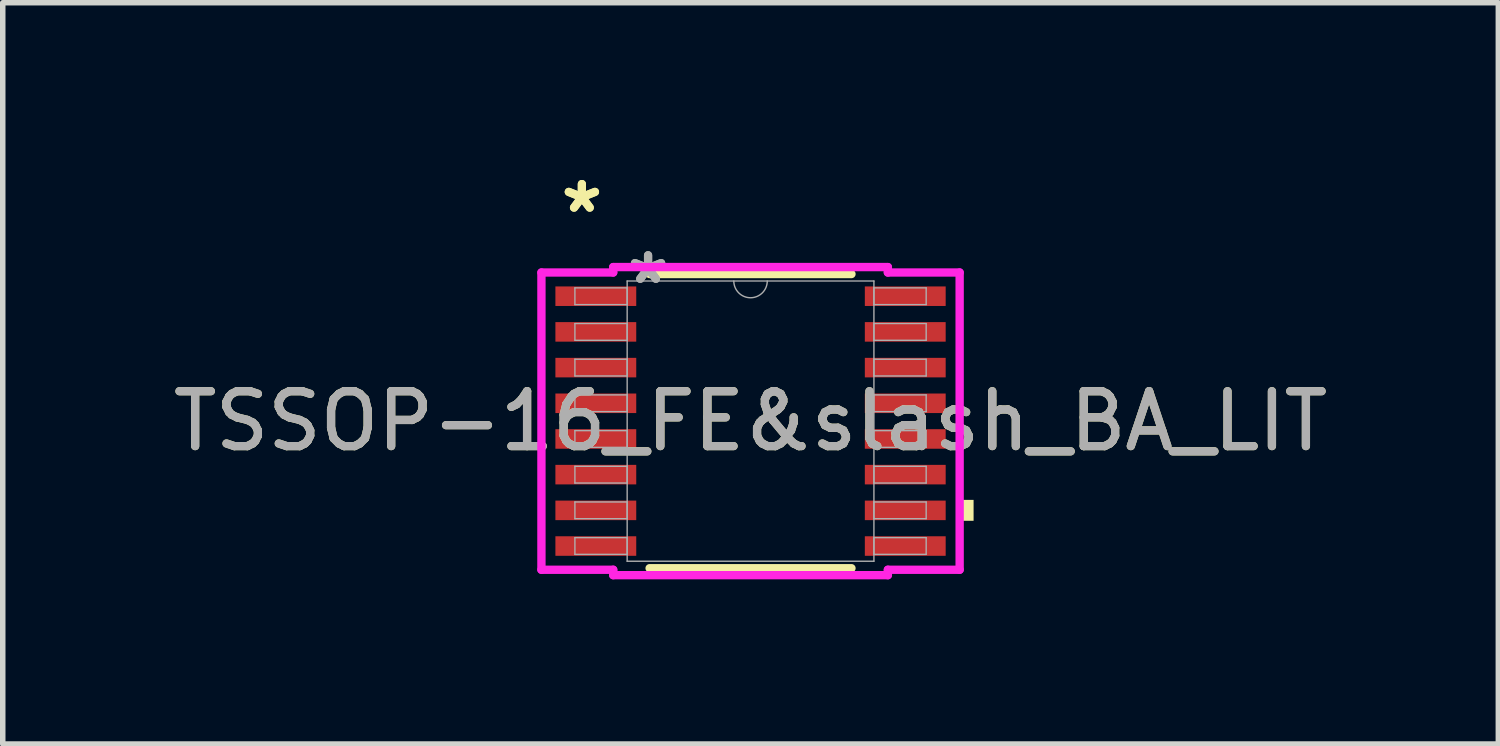
<source format=kicad_pcb>
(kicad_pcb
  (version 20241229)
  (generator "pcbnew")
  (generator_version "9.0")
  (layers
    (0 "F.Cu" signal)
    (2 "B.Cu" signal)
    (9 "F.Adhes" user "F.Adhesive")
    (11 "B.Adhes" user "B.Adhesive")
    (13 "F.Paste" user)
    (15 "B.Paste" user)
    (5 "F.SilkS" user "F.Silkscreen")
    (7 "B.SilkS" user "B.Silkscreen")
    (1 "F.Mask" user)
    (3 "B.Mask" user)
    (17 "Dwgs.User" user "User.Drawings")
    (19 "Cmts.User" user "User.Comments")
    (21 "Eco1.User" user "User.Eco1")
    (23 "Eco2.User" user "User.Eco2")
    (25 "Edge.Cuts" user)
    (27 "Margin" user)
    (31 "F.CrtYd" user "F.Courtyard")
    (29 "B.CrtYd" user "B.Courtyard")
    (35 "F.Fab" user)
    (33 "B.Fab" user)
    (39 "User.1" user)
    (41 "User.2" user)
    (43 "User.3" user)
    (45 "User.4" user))
  (footprint "TSSOP-16_FE&slash_BA_LIT"
    (layer "F.Cu")
    (at 10.625 4.623)
    (property "Reference" "TSSOP-16_FE&slash_BA_LIT" (at 0 0 0) (unlocked yes) (layer "F.SilkS") (effects (font (size 1 1) (thickness 0.15))))
    (attr smd)
    (fp_line (start -1.839 2.68) (end 1.839 2.68) (stroke (width 0.152) (type solid)) (layer "F.SilkS"))
    (fp_line (start 1.839 -2.68) (end -1.839 -2.68) (stroke (width 0.152) (type solid)) (layer "F.SilkS"))
    (fp_poly (pts (xy 4.064 1.435) (xy 4.064 1.816) (xy 3.81 1.816) (xy 3.81 1.435)) (stroke (width 0) (type solid)) (fill yes) (layer "F.SilkS"))
    (fp_line (start -3.81 -2.708) (end -2.502 -2.708) (stroke (width 0.152) (type solid)) (layer "F.CrtYd"))
    (fp_line (start -3.81 2.708) (end -3.81 -2.708) (stroke (width 0.152) (type solid)) (layer "F.CrtYd"))
    (fp_line (start -3.81 2.708) (end -2.502 2.708) (stroke (width 0.152) (type solid)) (layer "F.CrtYd"))
    (fp_line (start -2.502 -2.807) (end 2.502 -2.807) (stroke (width 0.152) (type solid)) (layer "F.CrtYd"))
    (fp_line (start -2.502 -2.708) (end -2.502 -2.807) (stroke (width 0.152) (type solid)) (layer "F.CrtYd"))
    (fp_line (start -2.502 2.807) (end -2.502 2.708) (stroke (width 0.152) (type solid)) (layer "F.CrtYd"))
    (fp_line (start 2.502 -2.807) (end 2.502 -2.708) (stroke (width 0.152) (type solid)) (layer "F.CrtYd"))
    (fp_line (start 2.502 2.708) (end 2.502 2.807) (stroke (width 0.152) (type solid)) (layer "F.CrtYd"))
    (fp_line (start 2.502 2.807) (end -2.502 2.807) (stroke (width 0.152) (type solid)) (layer "F.CrtYd"))
    (fp_line (start 3.81 -2.708) (end 2.502 -2.708) (stroke (width 0.152) (type solid)) (layer "F.CrtYd"))
    (fp_line (start 3.81 -2.708) (end 3.81 2.708) (stroke (width 0.152) (type solid)) (layer "F.CrtYd"))
    (fp_line (start 3.81 2.708) (end 2.502 2.708) (stroke (width 0.152) (type solid)) (layer "F.CrtYd"))
    (fp_line (start -3.2 -2.428) (end -3.2 -2.123) (stroke (width 0.025) (type solid)) (layer "F.Fab"))
    (fp_line (start -3.2 -2.123) (end -2.248 -2.123) (stroke (width 0.025) (type solid)) (layer "F.Fab"))
    (fp_line (start -3.2 -1.778) (end -3.2 -1.473) (stroke (width 0.025) (type solid)) (layer "F.Fab"))
    (fp_line (start -3.2 -1.473) (end -2.248 -1.473) (stroke (width 0.025) (type solid)) (layer "F.Fab"))
    (fp_line (start -3.2 -1.128) (end -3.2 -0.823) (stroke (width 0.025) (type solid)) (layer "F.Fab"))
    (fp_line (start -3.2 -0.823) (end -2.248 -0.823) (stroke (width 0.025) (type solid)) (layer "F.Fab"))
    (fp_line (start -3.2 -0.478) (end -3.2 -0.173) (stroke (width 0.025) (type solid)) (layer "F.Fab"))
    (fp_line (start -3.2 -0.173) (end -2.248 -0.173) (stroke (width 0.025) (type solid)) (layer "F.Fab"))
    (fp_line (start -3.2 0.173) (end -3.2 0.478) (stroke (width 0.025) (type solid)) (layer "F.Fab"))
    (fp_line (start -3.2 0.478) (end -2.248 0.478) (stroke (width 0.025) (type solid)) (layer "F.Fab"))
    (fp_line (start -3.2 0.823) (end -3.2 1.128) (stroke (width 0.025) (type solid)) (layer "F.Fab"))
    (fp_line (start -3.2 1.128) (end -2.248 1.128) (stroke (width 0.025) (type solid)) (layer "F.Fab"))
    (fp_line (start -3.2 1.473) (end -3.2 1.778) (stroke (width 0.025) (type solid)) (layer "F.Fab"))
    (fp_line (start -3.2 1.778) (end -2.248 1.778) (stroke (width 0.025) (type solid)) (layer "F.Fab"))
    (fp_line (start -3.2 2.123) (end -3.2 2.428) (stroke (width 0.025) (type solid)) (layer "F.Fab"))
    (fp_line (start -3.2 2.428) (end -2.248 2.428) (stroke (width 0.025) (type solid)) (layer "F.Fab"))
    (fp_line (start -2.248 -2.553) (end -2.248 2.553) (stroke (width 0.025) (type solid)) (layer "F.Fab"))
    (fp_line (start -2.248 -2.428) (end -3.2 -2.428) (stroke (width 0.025) (type solid)) (layer "F.Fab"))
    (fp_line (start -2.248 -2.123) (end -2.248 -2.428) (stroke (width 0.025) (type solid)) (layer "F.Fab"))
    (fp_line (start -2.248 -1.778) (end -3.2 -1.778) (stroke (width 0.025) (type solid)) (layer "F.Fab"))
    (fp_line (start -2.248 -1.473) (end -2.248 -1.778) (stroke (width 0.025) (type solid)) (layer "F.Fab"))
    (fp_line (start -2.248 -1.128) (end -3.2 -1.128) (stroke (width 0.025) (type solid)) (layer "F.Fab"))
    (fp_line (start -2.248 -0.823) (end -2.248 -1.128) (stroke (width 0.025) (type solid)) (layer "F.Fab"))
    (fp_line (start -2.248 -0.478) (end -3.2 -0.478) (stroke (width 0.025) (type solid)) (layer "F.Fab"))
    (fp_line (start -2.248 -0.173) (end -2.248 -0.478) (stroke (width 0.025) (type solid)) (layer "F.Fab"))
    (fp_line (start -2.248 0.173) (end -3.2 0.173) (stroke (width 0.025) (type solid)) (layer "F.Fab"))
    (fp_line (start -2.248 0.478) (end -2.248 0.173) (stroke (width 0.025) (type solid)) (layer "F.Fab"))
    (fp_line (start -2.248 0.823) (end -3.2 0.823) (stroke (width 0.025) (type solid)) (layer "F.Fab"))
    (fp_line (start -2.248 1.128) (end -2.248 0.823) (stroke (width 0.025) (type solid)) (layer "F.Fab"))
    (fp_line (start -2.248 1.473) (end -3.2 1.473) (stroke (width 0.025) (type solid)) (layer "F.Fab"))
    (fp_line (start -2.248 1.778) (end -2.248 1.473) (stroke (width 0.025) (type solid)) (layer "F.Fab"))
    (fp_line (start -2.248 2.123) (end -3.2 2.123) (stroke (width 0.025) (type solid)) (layer "F.Fab"))
    (fp_line (start -2.248 2.428) (end -2.248 2.123) (stroke (width 0.025) (type solid)) (layer "F.Fab"))
    (fp_line (start -2.248 2.553) (end 2.248 2.553) (stroke (width 0.025) (type solid)) (layer "F.Fab"))
    (fp_line (start 2.248 -2.553) (end -2.248 -2.553) (stroke (width 0.025) (type solid)) (layer "F.Fab"))
    (fp_line (start 2.248 -2.428) (end 2.248 -2.123) (stroke (width 0.025) (type solid)) (layer "F.Fab"))
    (fp_line (start 2.248 -2.123) (end 3.2 -2.123) (stroke (width 0.025) (type solid)) (layer "F.Fab"))
    (fp_line (start 2.248 -1.778) (end 2.248 -1.473) (stroke (width 0.025) (type solid)) (layer "F.Fab"))
    (fp_line (start 2.248 -1.473) (end 3.2 -1.473) (stroke (width 0.025) (type solid)) (layer "F.Fab"))
    (fp_line (start 2.248 -1.128) (end 2.248 -0.823) (stroke (width 0.025) (type solid)) (layer "F.Fab"))
    (fp_line (start 2.248 -0.823) (end 3.2 -0.823) (stroke (width 0.025) (type solid)) (layer "F.Fab"))
    (fp_line (start 2.248 -0.478) (end 2.248 -0.173) (stroke (width 0.025) (type solid)) (layer "F.Fab"))
    (fp_line (start 2.248 -0.173) (end 3.2 -0.173) (stroke (width 0.025) (type solid)) (layer "F.Fab"))
    (fp_line (start 2.248 0.173) (end 2.248 0.478) (stroke (width 0.025) (type solid)) (layer "F.Fab"))
    (fp_line (start 2.248 0.478) (end 3.2 0.478) (stroke (width 0.025) (type solid)) (layer "F.Fab"))
    (fp_line (start 2.248 0.823) (end 2.248 1.128) (stroke (width 0.025) (type solid)) (layer "F.Fab"))
    (fp_line (start 2.248 1.128) (end 3.2 1.128) (stroke (width 0.025) (type solid)) (layer "F.Fab"))
    (fp_line (start 2.248 1.473) (end 2.248 1.778) (stroke (width 0.025) (type solid)) (layer "F.Fab"))
    (fp_line (start 2.248 1.778) (end 3.2 1.778) (stroke (width 0.025) (type solid)) (layer "F.Fab"))
    (fp_line (start 2.248 2.123) (end 2.248 2.428) (stroke (width 0.025) (type solid)) (layer "F.Fab"))
    (fp_line (start 2.248 2.428) (end 3.2 2.428) (stroke (width 0.025) (type solid)) (layer "F.Fab"))
    (fp_line (start 2.248 2.553) (end 2.248 -2.553) (stroke (width 0.025) (type solid)) (layer "F.Fab"))
    (fp_line (start 3.2 -2.428) (end 2.248 -2.428) (stroke (width 0.025) (type solid)) (layer "F.Fab"))
    (fp_line (start 3.2 -2.123) (end 3.2 -2.428) (stroke (width 0.025) (type solid)) (layer "F.Fab"))
    (fp_line (start 3.2 -1.778) (end 2.248 -1.778) (stroke (width 0.025) (type solid)) (layer "F.Fab"))
    (fp_line (start 3.2 -1.473) (end 3.2 -1.778) (stroke (width 0.025) (type solid)) (layer "F.Fab"))
    (fp_line (start 3.2 -1.128) (end 2.248 -1.128) (stroke (width 0.025) (type solid)) (layer "F.Fab"))
    (fp_line (start 3.2 -0.823) (end 3.2 -1.128) (stroke (width 0.025) (type solid)) (layer "F.Fab"))
    (fp_line (start 3.2 -0.478) (end 2.248 -0.478) (stroke (width 0.025) (type solid)) (layer "F.Fab"))
    (fp_line (start 3.2 -0.173) (end 3.2 -0.478) (stroke (width 0.025) (type solid)) (layer "F.Fab"))
    (fp_line (start 3.2 0.173) (end 2.248 0.173) (stroke (width 0.025) (type solid)) (layer "F.Fab"))
    (fp_line (start 3.2 0.478) (end 3.2 0.173) (stroke (width 0.025) (type solid)) (layer "F.Fab"))
    (fp_line (start 3.2 0.823) (end 2.248 0.823) (stroke (width 0.025) (type solid)) (layer "F.Fab"))
    (fp_line (start 3.2 1.128) (end 3.2 0.823) (stroke (width 0.025) (type solid)) (layer "F.Fab"))
    (fp_line (start 3.2 1.473) (end 2.248 1.473) (stroke (width 0.025) (type solid)) (layer "F.Fab"))
    (fp_line (start 3.2 1.778) (end 3.2 1.473) (stroke (width 0.025) (type solid)) (layer "F.Fab"))
    (fp_line (start 3.2 2.123) (end 2.248 2.123) (stroke (width 0.025) (type solid)) (layer "F.Fab"))
    (fp_line (start 3.2 2.428) (end 3.2 2.123) (stroke (width 0.025) (type solid)) (layer "F.Fab"))
    (fp_arc (start 0.3048 -2.5527) (mid 0 -2.2479) (end -0.3048 -2.5527) (stroke (width 0.0254) (type solid)) (layer "F.Fab"))
    (fp_text user "*" (at -3.073 -3.774 0) (layer "F.SilkS") (effects (font (size 1 1) (thickness 0.15))))
    (fp_text user "*" (at -3.073 -3.774 0) (unlocked yes) (layer "F.SilkS") (effects (font (size 1 1) (thickness 0.15))))
    (fp_text user "${REFERENCE}" (at 0 0 0) (unlocked yes) (layer "F.Fab") (effects (font (size 1 1) (thickness 0.15))))
    (fp_text user "*" (at -1.867 -2.477 0) (layer "F.Fab") (effects (font (size 1 1) (thickness 0.15))))
    (fp_text user "*" (at -1.867 -2.477 0) (unlocked yes) (layer "F.Fab") (effects (font (size 1 1) (thickness 0.15))))
    (pad "1" smd rect (at -2.819 -2.276) (size 1.473 0.356) (layers "F.Cu" "F.Mask" "F.Paste"))
    (pad "2" smd rect (at -2.819 -1.626) (size 1.473 0.356) (layers "F.Cu" "F.Mask" "F.Paste"))
    (pad "3" smd rect (at -2.819 -0.975) (size 1.473 0.356) (layers "F.Cu" "F.Mask" "F.Paste"))
    (pad "4" smd rect (at -2.819 -0.325) (size 1.473 0.356) (layers "F.Cu" "F.Mask" "F.Paste"))
    (pad "5" smd rect (at -2.819 0.325) (size 1.473 0.356) (layers "F.Cu" "F.Mask" "F.Paste"))
    (pad "6" smd rect (at -2.819 0.975) (size 1.473 0.356) (layers "F.Cu" "F.Mask" "F.Paste"))
    (pad "7" smd rect (at -2.819 1.626) (size 1.473 0.356) (layers "F.Cu" "F.Mask" "F.Paste"))
    (pad "8" smd rect (at -2.819 2.276) (size 1.473 0.356) (layers "F.Cu" "F.Mask" "F.Paste"))
    (pad "9" smd rect (at 2.819 2.276) (size 1.473 0.356) (layers "F.Cu" "F.Mask" "F.Paste"))
    (pad "10" smd rect (at 2.819 1.626) (size 1.473 0.356) (layers "F.Cu" "F.Mask" "F.Paste"))
    (pad "11" smd rect (at 2.819 0.975) (size 1.473 0.356) (layers "F.Cu" "F.Mask" "F.Paste"))
    (pad "12" smd rect (at 2.819 0.325) (size 1.473 0.356) (layers "F.Cu" "F.Mask" "F.Paste"))
    (pad "13" smd rect (at 2.819 -0.325) (size 1.473 0.356) (layers "F.Cu" "F.Mask" "F.Paste"))
    (pad "14" smd rect (at 2.819 -0.975) (size 1.473 0.356) (layers "F.Cu" "F.Mask" "F.Paste"))
    (pad "15" smd rect (at 2.819 -1.626) (size 1.473 0.356) (layers "F.Cu" "F.Mask" "F.Paste"))
    (pad "16" smd rect (at 2.819 -2.276) (size 1.473 0.356) (layers "F.Cu" "F.Mask" "F.Paste")))
  (gr_rect
    (start -3 -3)
    (end 24.25 10.506)
    (stroke (width 0.1) (type default))
    (fill no)
    (layer "Edge.Cuts")))
</source>
